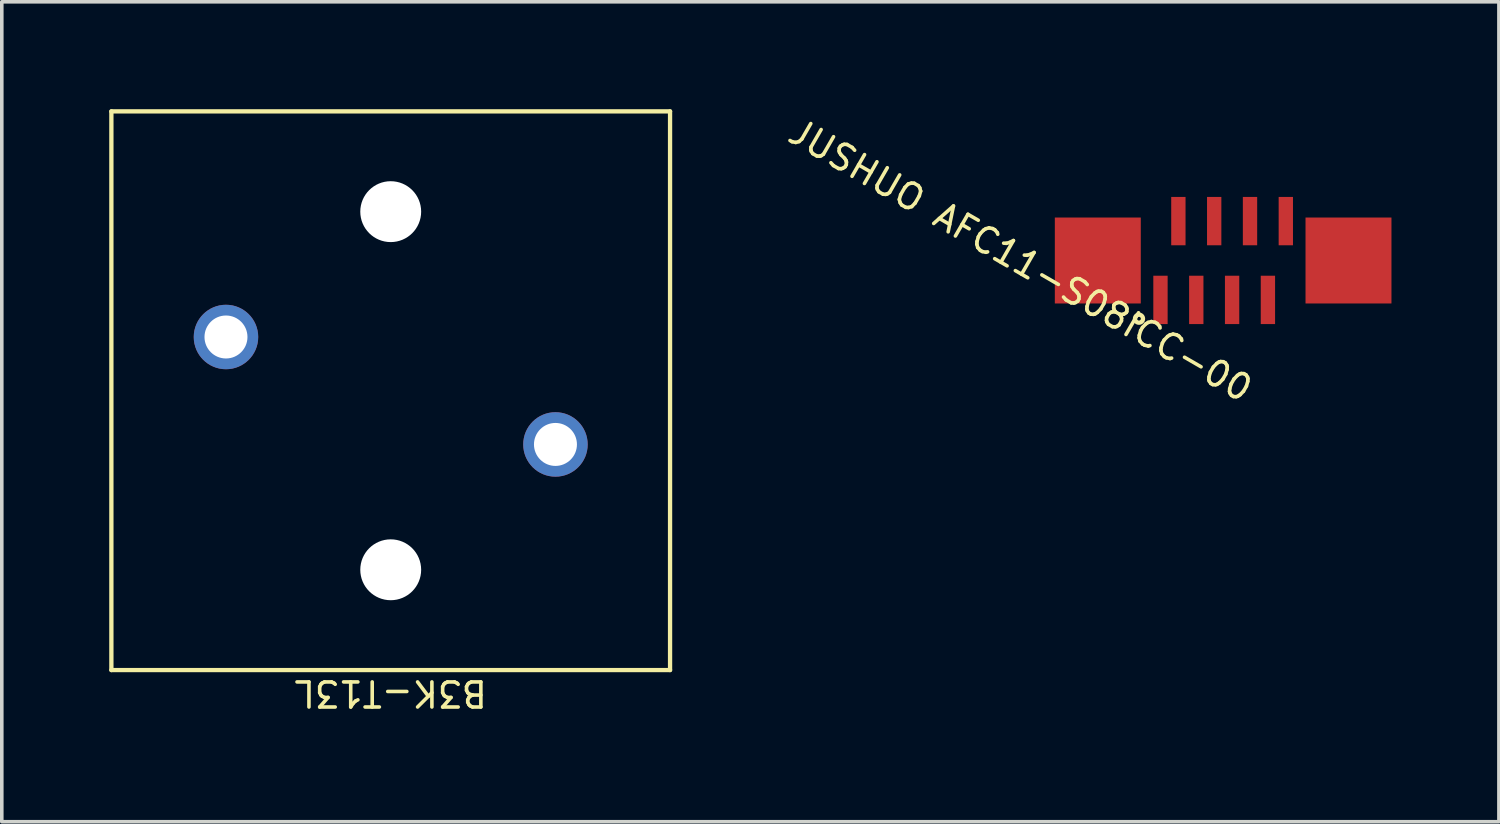
<source format=kicad_pcb>
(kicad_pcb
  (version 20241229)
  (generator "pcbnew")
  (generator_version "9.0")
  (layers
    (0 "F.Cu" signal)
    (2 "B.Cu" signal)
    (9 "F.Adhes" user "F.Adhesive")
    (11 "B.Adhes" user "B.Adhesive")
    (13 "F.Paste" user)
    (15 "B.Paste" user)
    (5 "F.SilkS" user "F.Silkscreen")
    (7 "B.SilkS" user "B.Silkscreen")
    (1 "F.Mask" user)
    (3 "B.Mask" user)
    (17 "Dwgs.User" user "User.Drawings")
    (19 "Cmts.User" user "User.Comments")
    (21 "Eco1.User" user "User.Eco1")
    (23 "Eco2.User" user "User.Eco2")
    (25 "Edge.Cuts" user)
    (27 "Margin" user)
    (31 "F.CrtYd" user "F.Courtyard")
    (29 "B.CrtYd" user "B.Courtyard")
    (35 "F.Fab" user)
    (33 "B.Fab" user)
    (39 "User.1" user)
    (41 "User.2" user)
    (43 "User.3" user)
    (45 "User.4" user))
  (footprint "JUSHUO AFC11-S08ICC-00"
    (layer "F.Cu")
    (at 31.104 4.224)
    (property "Reference" "JUSHUO AFC11-S08ICC-00" (at -5.657 -0.002 330) (unlocked yes) (layer "F.SilkS") (effects (font (size 0.7 0.7) (thickness 0.1))))
    (attr smd)
    (fp_circle (center -2.35 1.625) (end -2.45 1.575) (stroke (width 0.12) (type solid)) (fill no) (layer "F.SilkS"))
    (pad "1" smd rect (at -1.75 1.1) (size 0.4 1.35) (layers "F.Cu" "F.Mask" "F.Paste"))
    (pad "2" smd rect (at -1.25 -1.1) (size 0.4 1.35) (layers "F.Cu" "F.Mask" "F.Paste"))
    (pad "3" smd rect (at -0.75 1.1) (size 0.4 1.35) (layers "F.Cu" "F.Mask" "F.Paste"))
    (pad "4" smd rect (at -0.25 -1.1) (size 0.4 1.35) (layers "F.Cu" "F.Mask" "F.Paste"))
    (pad "5" smd rect (at 0.25 1.1) (size 0.4 1.35) (layers "F.Cu" "F.Mask" "F.Paste"))
    (pad "6" smd rect (at 0.75 -1.1) (size 0.4 1.35) (layers "F.Cu" "F.Mask" "F.Paste"))
    (pad "7" smd rect (at 1.25 1.1) (size 0.4 1.35) (layers "F.Cu" "F.Mask" "F.Paste"))
    (pad "8" smd rect (at 1.75 -1.1) (size 0.4 1.35) (layers "F.Cu" "F.Mask" "F.Paste"))
    (pad "MP" smd rect (at -3.5 0 180) (size 2.4 2.4) (layers "F.Cu" "F.Mask" "F.Paste"))
    (pad "MP" smd rect (at 3.5 0 180) (size 2.4 2.4) (layers "F.Cu" "F.Mask" "F.Paste")))
  (footprint "B3K-T13L"
    (layer "F.Cu")
    (at 7.86 7.86)
    (property "Reference" "B3K-T13L" (at 0 8.45 180) (unlocked yes) (layer "F.SilkS") (effects (font (size 0.7 0.7) (thickness 0.1))))
    (attr through_hole exclude_from_bom)
    (fp_line (start -7.8 -7.8) (end 7.8 -7.8) (stroke (width 0.12) (type solid)) (layer "F.SilkS"))
    (fp_line (start -7.8 7.8) (end -7.8 -7.8) (stroke (width 0.12) (type solid)) (layer "F.SilkS"))
    (fp_line (start 7.8 -7.8) (end 7.8 7.8) (stroke (width 0.12) (type solid)) (layer "F.SilkS"))
    (fp_line (start 7.8 7.8) (end -7.8 7.8) (stroke (width 0.12) (type solid)) (layer "F.SilkS"))
    (pad "" np_thru_hole circle (at 0 -5) (size 1.7 1.7) (drill 1.7) (layers "*.Cu" "*.Mask"))
    (pad "" np_thru_hole circle (at 0 5) (size 1.7 1.7) (drill 1.7) (layers "*.Cu" "*.Mask"))
    (pad "1" thru_hole circle (at 4.6 1.5) (size 1.8 1.8) (drill 1.2) (layers "*.Cu" "*.Mask"))
    (pad "2" thru_hole circle (at -4.6 -1.5) (size 1.8 1.8) (drill 1.2) (layers "*.Cu" "*.Mask")))
  (gr_rect
    (start -3 -3)
    (end 38.804 19.895)
    (stroke (width 0.1) (type default))
    (fill no)
    (layer "Edge.Cuts")))
</source>
